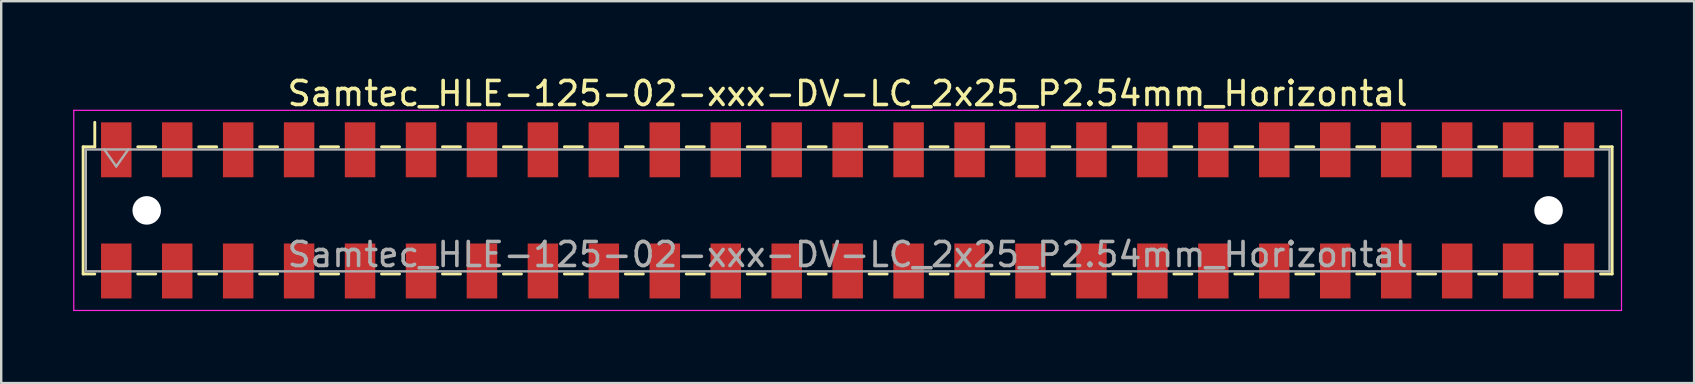
<source format=kicad_pcb>
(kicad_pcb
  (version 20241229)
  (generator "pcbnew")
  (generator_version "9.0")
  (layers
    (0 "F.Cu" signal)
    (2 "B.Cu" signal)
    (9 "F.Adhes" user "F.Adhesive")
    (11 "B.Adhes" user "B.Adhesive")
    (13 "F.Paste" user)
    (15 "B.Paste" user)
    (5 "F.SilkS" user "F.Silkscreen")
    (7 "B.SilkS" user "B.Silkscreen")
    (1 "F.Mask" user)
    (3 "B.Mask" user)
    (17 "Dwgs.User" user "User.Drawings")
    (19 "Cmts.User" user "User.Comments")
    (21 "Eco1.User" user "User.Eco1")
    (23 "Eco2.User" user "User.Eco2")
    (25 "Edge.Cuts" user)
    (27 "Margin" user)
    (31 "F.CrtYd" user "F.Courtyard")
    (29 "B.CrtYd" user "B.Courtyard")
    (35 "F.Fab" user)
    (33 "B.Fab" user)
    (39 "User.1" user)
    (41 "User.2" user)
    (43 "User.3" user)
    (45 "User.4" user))
  (footprint "Samtec_HLE-125-02-xxx-DV-LC_2x25_P2.54mm_Horizontal"
    (layer "F.Cu")
    (at 32.275 5.718)
    (property "Reference" "Samtec_HLE-125-02-xxx-DV-LC_2x25_P2.54mm_Horizontal" (at 0 -4.87 0) (layer "F.SilkS") (effects (font (size 1 1) (thickness 0.15))))
    (attr smd)
    (fp_line (start -31.86 -2.65) (end -31.86 2.65) (stroke (width 0.12) (type solid)) (layer "F.SilkS"))
    (fp_line (start -31.86 2.65) (end -31.375 2.65) (stroke (width 0.12) (type solid)) (layer "F.SilkS"))
    (fp_line (start -31.375 -3.67) (end -31.375 -2.65) (stroke (width 0.12) (type solid)) (layer "F.SilkS"))
    (fp_line (start -31.375 -2.65) (end -31.86 -2.65) (stroke (width 0.12) (type solid)) (layer "F.SilkS"))
    (fp_line (start -29.585 -2.65) (end -28.835 -2.65) (stroke (width 0.12) (type solid)) (layer "F.SilkS"))
    (fp_line (start -29.585 2.65) (end -28.835 2.65) (stroke (width 0.12) (type solid)) (layer "F.SilkS"))
    (fp_line (start -27.045 -2.65) (end -26.295 -2.65) (stroke (width 0.12) (type solid)) (layer "F.SilkS"))
    (fp_line (start -27.045 2.65) (end -26.295 2.65) (stroke (width 0.12) (type solid)) (layer "F.SilkS"))
    (fp_line (start -24.505 -2.65) (end -23.755 -2.65) (stroke (width 0.12) (type solid)) (layer "F.SilkS"))
    (fp_line (start -24.505 2.65) (end -23.755 2.65) (stroke (width 0.12) (type solid)) (layer "F.SilkS"))
    (fp_line (start -21.965 -2.65) (end -21.215 -2.65) (stroke (width 0.12) (type solid)) (layer "F.SilkS"))
    (fp_line (start -21.965 2.65) (end -21.215 2.65) (stroke (width 0.12) (type solid)) (layer "F.SilkS"))
    (fp_line (start -19.425 -2.65) (end -18.675 -2.65) (stroke (width 0.12) (type solid)) (layer "F.SilkS"))
    (fp_line (start -19.425 2.65) (end -18.675 2.65) (stroke (width 0.12) (type solid)) (layer "F.SilkS"))
    (fp_line (start -16.885 -2.65) (end -16.135 -2.65) (stroke (width 0.12) (type solid)) (layer "F.SilkS"))
    (fp_line (start -16.885 2.65) (end -16.135 2.65) (stroke (width 0.12) (type solid)) (layer "F.SilkS"))
    (fp_line (start -14.345 -2.65) (end -13.595 -2.65) (stroke (width 0.12) (type solid)) (layer "F.SilkS"))
    (fp_line (start -14.345 2.65) (end -13.595 2.65) (stroke (width 0.12) (type solid)) (layer "F.SilkS"))
    (fp_line (start -11.805 -2.65) (end -11.055 -2.65) (stroke (width 0.12) (type solid)) (layer "F.SilkS"))
    (fp_line (start -11.805 2.65) (end -11.055 2.65) (stroke (width 0.12) (type solid)) (layer "F.SilkS"))
    (fp_line (start -9.265 -2.65) (end -8.515 -2.65) (stroke (width 0.12) (type solid)) (layer "F.SilkS"))
    (fp_line (start -9.265 2.65) (end -8.515 2.65) (stroke (width 0.12) (type solid)) (layer "F.SilkS"))
    (fp_line (start -6.725 -2.65) (end -5.975 -2.65) (stroke (width 0.12) (type solid)) (layer "F.SilkS"))
    (fp_line (start -6.725 2.65) (end -5.975 2.65) (stroke (width 0.12) (type solid)) (layer "F.SilkS"))
    (fp_line (start -4.185 -2.65) (end -3.435 -2.65) (stroke (width 0.12) (type solid)) (layer "F.SilkS"))
    (fp_line (start -4.185 2.65) (end -3.435 2.65) (stroke (width 0.12) (type solid)) (layer "F.SilkS"))
    (fp_line (start -1.645 -2.65) (end -0.895 -2.65) (stroke (width 0.12) (type solid)) (layer "F.SilkS"))
    (fp_line (start -1.645 2.65) (end -0.895 2.65) (stroke (width 0.12) (type solid)) (layer "F.SilkS"))
    (fp_line (start 0.895 -2.65) (end 1.645 -2.65) (stroke (width 0.12) (type solid)) (layer "F.SilkS"))
    (fp_line (start 0.895 2.65) (end 1.645 2.65) (stroke (width 0.12) (type solid)) (layer "F.SilkS"))
    (fp_line (start 3.435 -2.65) (end 4.185 -2.65) (stroke (width 0.12) (type solid)) (layer "F.SilkS"))
    (fp_line (start 3.435 2.65) (end 4.185 2.65) (stroke (width 0.12) (type solid)) (layer "F.SilkS"))
    (fp_line (start 5.975 -2.65) (end 6.725 -2.65) (stroke (width 0.12) (type solid)) (layer "F.SilkS"))
    (fp_line (start 5.975 2.65) (end 6.725 2.65) (stroke (width 0.12) (type solid)) (layer "F.SilkS"))
    (fp_line (start 8.515 -2.65) (end 9.265 -2.65) (stroke (width 0.12) (type solid)) (layer "F.SilkS"))
    (fp_line (start 8.515 2.65) (end 9.265 2.65) (stroke (width 0.12) (type solid)) (layer "F.SilkS"))
    (fp_line (start 11.055 -2.65) (end 11.805 -2.65) (stroke (width 0.12) (type solid)) (layer "F.SilkS"))
    (fp_line (start 11.055 2.65) (end 11.805 2.65) (stroke (width 0.12) (type solid)) (layer "F.SilkS"))
    (fp_line (start 13.595 -2.65) (end 14.345 -2.65) (stroke (width 0.12) (type solid)) (layer "F.SilkS"))
    (fp_line (start 13.595 2.65) (end 14.345 2.65) (stroke (width 0.12) (type solid)) (layer "F.SilkS"))
    (fp_line (start 16.135 -2.65) (end 16.885 -2.65) (stroke (width 0.12) (type solid)) (layer "F.SilkS"))
    (fp_line (start 16.135 2.65) (end 16.885 2.65) (stroke (width 0.12) (type solid)) (layer "F.SilkS"))
    (fp_line (start 18.675 -2.65) (end 19.425 -2.65) (stroke (width 0.12) (type solid)) (layer "F.SilkS"))
    (fp_line (start 18.675 2.65) (end 19.425 2.65) (stroke (width 0.12) (type solid)) (layer "F.SilkS"))
    (fp_line (start 21.215 -2.65) (end 21.965 -2.65) (stroke (width 0.12) (type solid)) (layer "F.SilkS"))
    (fp_line (start 21.215 2.65) (end 21.965 2.65) (stroke (width 0.12) (type solid)) (layer "F.SilkS"))
    (fp_line (start 23.755 -2.65) (end 24.505 -2.65) (stroke (width 0.12) (type solid)) (layer "F.SilkS"))
    (fp_line (start 23.755 2.65) (end 24.505 2.65) (stroke (width 0.12) (type solid)) (layer "F.SilkS"))
    (fp_line (start 26.295 -2.65) (end 27.045 -2.65) (stroke (width 0.12) (type solid)) (layer "F.SilkS"))
    (fp_line (start 26.295 2.65) (end 27.045 2.65) (stroke (width 0.12) (type solid)) (layer "F.SilkS"))
    (fp_line (start 28.835 -2.65) (end 29.585 -2.65) (stroke (width 0.12) (type solid)) (layer "F.SilkS"))
    (fp_line (start 28.835 2.65) (end 29.585 2.65) (stroke (width 0.12) (type solid)) (layer "F.SilkS"))
    (fp_line (start 31.375 -2.65) (end 31.86 -2.65) (stroke (width 0.12) (type solid)) (layer "F.SilkS"))
    (fp_line (start 31.86 -2.65) (end 31.86 2.65) (stroke (width 0.12) (type solid)) (layer "F.SilkS"))
    (fp_line (start 31.86 2.65) (end 31.375 2.65) (stroke (width 0.12) (type solid)) (layer "F.SilkS"))
    (fp_line (start -32.25 -4.17) (end 32.25 -4.17) (stroke (width 0.05) (type solid)) (layer "F.CrtYd"))
    (fp_line (start -32.25 4.17) (end -32.25 -4.17) (stroke (width 0.05) (type solid)) (layer "F.CrtYd"))
    (fp_line (start 32.25 -4.17) (end 32.25 4.17) (stroke (width 0.05) (type solid)) (layer "F.CrtYd"))
    (fp_line (start 32.25 4.17) (end -32.25 4.17) (stroke (width 0.05) (type solid)) (layer "F.CrtYd"))
    (fp_line (start -31.75 -2.54) (end 31.75 -2.54) (stroke (width 0.1) (type solid)) (layer "F.Fab"))
    (fp_line (start -31.75 2.54) (end -31.75 -2.54) (stroke (width 0.1) (type solid)) (layer "F.Fab"))
    (fp_line (start -30.98 -2.54) (end -30.48 -1.833) (stroke (width 0.1) (type solid)) (layer "F.Fab"))
    (fp_line (start -30.48 -1.833) (end -29.98 -2.54) (stroke (width 0.1) (type solid)) (layer "F.Fab"))
    (fp_line (start 31.75 -2.54) (end 31.75 2.54) (stroke (width 0.1) (type solid)) (layer "F.Fab"))
    (fp_line (start 31.75 2.54) (end -31.75 2.54) (stroke (width 0.1) (type solid)) (layer "F.Fab"))
    (fp_text user "${REFERENCE}" (at 0 1.84 0) (layer "F.Fab") (effects (font (size 1 1) (thickness 0.15))))
    (pad "" np_thru_hole circle (at -29.21 0) (size 1.19 1.19) (drill 1.19) (layers "*.Cu" "*.Mask"))
    (pad "" np_thru_hole circle (at 29.21 0) (size 1.19 1.19) (drill 1.19) (layers "*.Cu" "*.Mask"))
    (pad "1" smd rect (at -30.48 -2.525) (size 1.27 2.29) (layers "F.Cu" "F.Mask" "F.Paste"))
    (pad "2" smd rect (at -30.48 2.525) (size 1.27 2.29) (layers "F.Cu" "F.Mask" "F.Paste"))
    (pad "3" smd rect (at -27.94 -2.525) (size 1.27 2.29) (layers "F.Cu" "F.Mask" "F.Paste"))
    (pad "4" smd rect (at -27.94 2.525) (size 1.27 2.29) (layers "F.Cu" "F.Mask" "F.Paste"))
    (pad "5" smd rect (at -25.4 -2.525) (size 1.27 2.29) (layers "F.Cu" "F.Mask" "F.Paste"))
    (pad "6" smd rect (at -25.4 2.525) (size 1.27 2.29) (layers "F.Cu" "F.Mask" "F.Paste"))
    (pad "7" smd rect (at -22.86 -2.525) (size 1.27 2.29) (layers "F.Cu" "F.Mask" "F.Paste"))
    (pad "8" smd rect (at -22.86 2.525) (size 1.27 2.29) (layers "F.Cu" "F.Mask" "F.Paste"))
    (pad "9" smd rect (at -20.32 -2.525) (size 1.27 2.29) (layers "F.Cu" "F.Mask" "F.Paste"))
    (pad "10" smd rect (at -20.32 2.525) (size 1.27 2.29) (layers "F.Cu" "F.Mask" "F.Paste"))
    (pad "11" smd rect (at -17.78 -2.525) (size 1.27 2.29) (layers "F.Cu" "F.Mask" "F.Paste"))
    (pad "12" smd rect (at -17.78 2.525) (size 1.27 2.29) (layers "F.Cu" "F.Mask" "F.Paste"))
    (pad "13" smd rect (at -15.24 -2.525) (size 1.27 2.29) (layers "F.Cu" "F.Mask" "F.Paste"))
    (pad "14" smd rect (at -15.24 2.525) (size 1.27 2.29) (layers "F.Cu" "F.Mask" "F.Paste"))
    (pad "15" smd rect (at -12.7 -2.525) (size 1.27 2.29) (layers "F.Cu" "F.Mask" "F.Paste"))
    (pad "16" smd rect (at -12.7 2.525) (size 1.27 2.29) (layers "F.Cu" "F.Mask" "F.Paste"))
    (pad "17" smd rect (at -10.16 -2.525) (size 1.27 2.29) (layers "F.Cu" "F.Mask" "F.Paste"))
    (pad "18" smd rect (at -10.16 2.525) (size 1.27 2.29) (layers "F.Cu" "F.Mask" "F.Paste"))
    (pad "19" smd rect (at -7.62 -2.525) (size 1.27 2.29) (layers "F.Cu" "F.Mask" "F.Paste"))
    (pad "20" smd rect (at -7.62 2.525) (size 1.27 2.29) (layers "F.Cu" "F.Mask" "F.Paste"))
    (pad "21" smd rect (at -5.08 -2.525) (size 1.27 2.29) (layers "F.Cu" "F.Mask" "F.Paste"))
    (pad "22" smd rect (at -5.08 2.525) (size 1.27 2.29) (layers "F.Cu" "F.Mask" "F.Paste"))
    (pad "23" smd rect (at -2.54 -2.525) (size 1.27 2.29) (layers "F.Cu" "F.Mask" "F.Paste"))
    (pad "24" smd rect (at -2.54 2.525) (size 1.27 2.29) (layers "F.Cu" "F.Mask" "F.Paste"))
    (pad "25" smd rect (at 0 -2.525) (size 1.27 2.29) (layers "F.Cu" "F.Mask" "F.Paste"))
    (pad "26" smd rect (at 0 2.525) (size 1.27 2.29) (layers "F.Cu" "F.Mask" "F.Paste"))
    (pad "27" smd rect (at 2.54 -2.525) (size 1.27 2.29) (layers "F.Cu" "F.Mask" "F.Paste"))
    (pad "28" smd rect (at 2.54 2.525) (size 1.27 2.29) (layers "F.Cu" "F.Mask" "F.Paste"))
    (pad "29" smd rect (at 5.08 -2.525) (size 1.27 2.29) (layers "F.Cu" "F.Mask" "F.Paste"))
    (pad "30" smd rect (at 5.08 2.525) (size 1.27 2.29) (layers "F.Cu" "F.Mask" "F.Paste"))
    (pad "31" smd rect (at 7.62 -2.525) (size 1.27 2.29) (layers "F.Cu" "F.Mask" "F.Paste"))
    (pad "32" smd rect (at 7.62 2.525) (size 1.27 2.29) (layers "F.Cu" "F.Mask" "F.Paste"))
    (pad "33" smd rect (at 10.16 -2.525) (size 1.27 2.29) (layers "F.Cu" "F.Mask" "F.Paste"))
    (pad "34" smd rect (at 10.16 2.525) (size 1.27 2.29) (layers "F.Cu" "F.Mask" "F.Paste"))
    (pad "35" smd rect (at 12.7 -2.525) (size 1.27 2.29) (layers "F.Cu" "F.Mask" "F.Paste"))
    (pad "36" smd rect (at 12.7 2.525) (size 1.27 2.29) (layers "F.Cu" "F.Mask" "F.Paste"))
    (pad "37" smd rect (at 15.24 -2.525) (size 1.27 2.29) (layers "F.Cu" "F.Mask" "F.Paste"))
    (pad "38" smd rect (at 15.24 2.525) (size 1.27 2.29) (layers "F.Cu" "F.Mask" "F.Paste"))
    (pad "39" smd rect (at 17.78 -2.525) (size 1.27 2.29) (layers "F.Cu" "F.Mask" "F.Paste"))
    (pad "40" smd rect (at 17.78 2.525) (size 1.27 2.29) (layers "F.Cu" "F.Mask" "F.Paste"))
    (pad "41" smd rect (at 20.32 -2.525) (size 1.27 2.29) (layers "F.Cu" "F.Mask" "F.Paste"))
    (pad "42" smd rect (at 20.32 2.525) (size 1.27 2.29) (layers "F.Cu" "F.Mask" "F.Paste"))
    (pad "43" smd rect (at 22.86 -2.525) (size 1.27 2.29) (layers "F.Cu" "F.Mask" "F.Paste"))
    (pad "44" smd rect (at 22.86 2.525) (size 1.27 2.29) (layers "F.Cu" "F.Mask" "F.Paste"))
    (pad "45" smd rect (at 25.4 -2.525) (size 1.27 2.29) (layers "F.Cu" "F.Mask" "F.Paste"))
    (pad "46" smd rect (at 25.4 2.525) (size 1.27 2.29) (layers "F.Cu" "F.Mask" "F.Paste"))
    (pad "47" smd rect (at 27.94 -2.525) (size 1.27 2.29) (layers "F.Cu" "F.Mask" "F.Paste"))
    (pad "48" smd rect (at 27.94 2.525) (size 1.27 2.29) (layers "F.Cu" "F.Mask" "F.Paste"))
    (pad "49" smd rect (at 30.48 -2.525) (size 1.27 2.29) (layers "F.Cu" "F.Mask" "F.Paste"))
    (pad "50" smd rect (at 30.48 2.525) (size 1.27 2.29) (layers "F.Cu" "F.Mask" "F.Paste")))
  (gr_rect
    (start -3 -3)
    (end 67.55 12.913)
    (stroke (width 0.1) (type default))
    (fill no)
    (layer "Edge.Cuts")))
</source>
